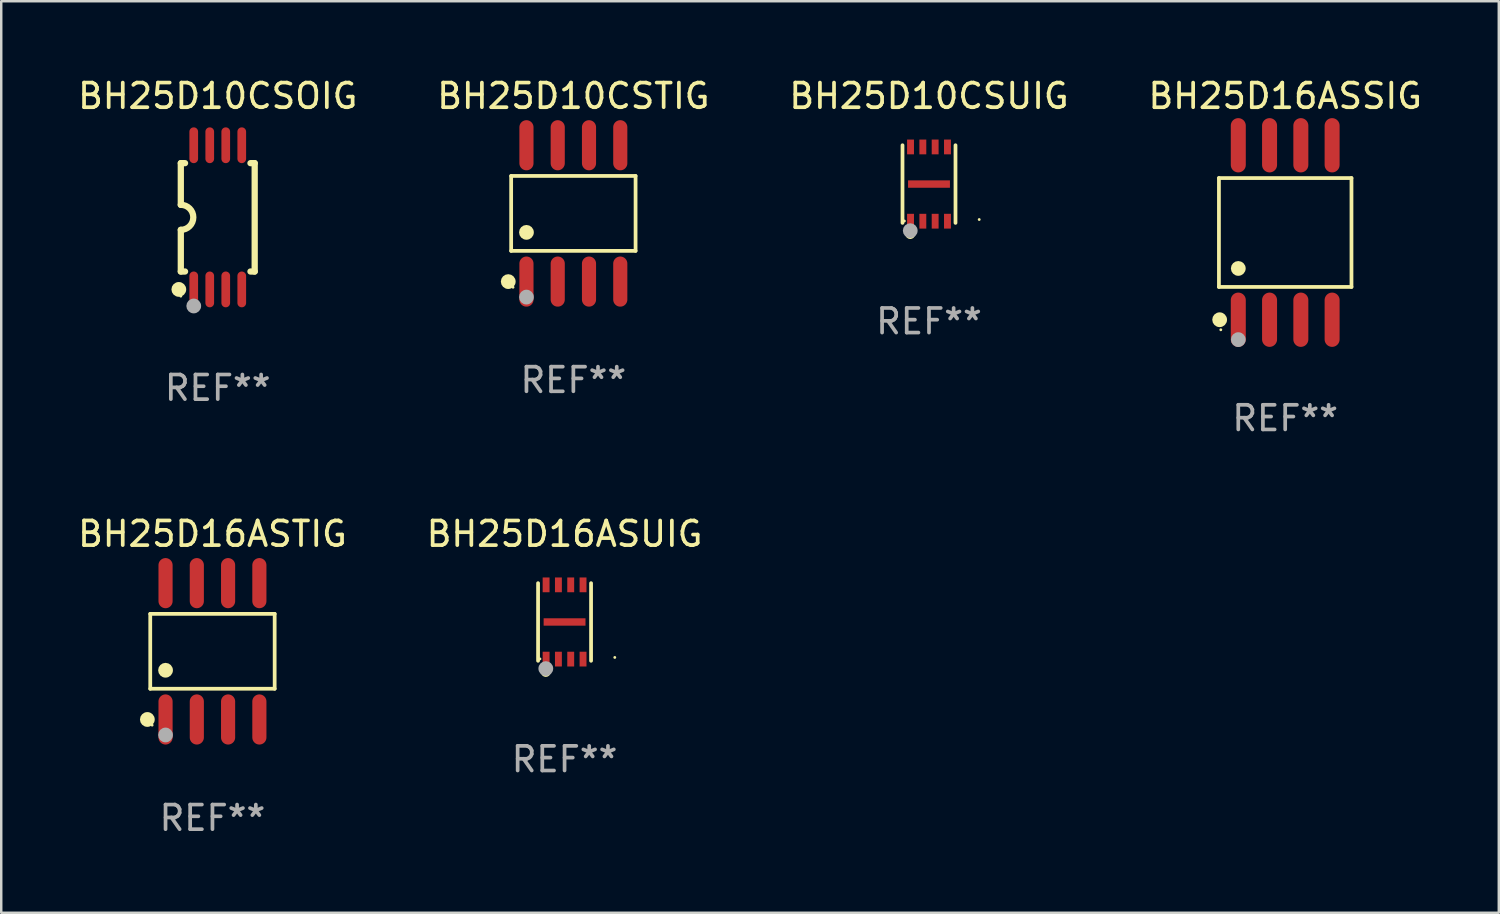
<source format=kicad_pcb>
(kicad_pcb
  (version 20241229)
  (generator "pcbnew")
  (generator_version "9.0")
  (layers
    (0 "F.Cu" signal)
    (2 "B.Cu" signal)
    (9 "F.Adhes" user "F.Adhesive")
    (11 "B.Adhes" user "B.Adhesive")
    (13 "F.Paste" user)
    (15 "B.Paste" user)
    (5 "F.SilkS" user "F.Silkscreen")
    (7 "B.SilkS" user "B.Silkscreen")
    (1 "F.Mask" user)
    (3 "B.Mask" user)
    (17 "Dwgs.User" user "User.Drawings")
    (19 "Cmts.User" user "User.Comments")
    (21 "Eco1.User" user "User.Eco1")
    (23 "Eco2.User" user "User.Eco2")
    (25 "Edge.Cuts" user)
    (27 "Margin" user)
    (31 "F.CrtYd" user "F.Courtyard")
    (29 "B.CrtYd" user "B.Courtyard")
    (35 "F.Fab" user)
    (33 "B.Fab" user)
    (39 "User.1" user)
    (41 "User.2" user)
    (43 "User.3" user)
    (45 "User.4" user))
  (footprint "BH25D10CSTIG"
    (layer "F.Cu")
    (at 20.232 5.616)
    (property "Reference" "BH25D10CSTIG" (at 0 -4.768 0) (layer "F.SilkS") (effects (font (size 1 1) (thickness 0.15))))
    (attr through_hole)
    (fp_line (start -2.526 -1.521) (end 2.526 -1.521) (stroke (width 0.152) (type solid)) (layer "F.SilkS"))
    (fp_line (start -2.526 1.521) (end -2.526 -1.521) (stroke (width 0.152) (type solid)) (layer "F.SilkS"))
    (fp_line (start 2.526 -1.521) (end 2.526 1.521) (stroke (width 0.152) (type solid)) (layer "F.SilkS"))
    (fp_line (start 2.526 1.521) (end -2.526 1.521) (stroke (width 0.152) (type solid)) (layer "F.SilkS"))
    (fp_circle (center -2.644 2.768) (end -2.494 2.768) (stroke (width 0.3) (type solid)) (fill no) (layer "F.SilkS"))
    (fp_circle (center -2.45 2.998) (end -2.42 2.998) (stroke (width 0.06) (type solid)) (fill no) (layer "F.SilkS"))
    (fp_circle (center -1.905 0.769) (end -1.755 0.769) (stroke (width 0.3) (type solid)) (fill no) (layer "F.SilkS"))
    (fp_circle (center -1.905 3.398) (end -1.755 3.398) (stroke (width 0.3) (type solid)) (fill no) (layer "F.Fab"))
    (fp_text user "REF**" (at 0 6.768 0) (layer "F.Fab") (effects (font (size 1 1) (thickness 0.15))))
    (pad "1" smd oval (at -1.905 2.768) (size 0.574 2.036) (layers "F.Cu" "F.Mask" "F.Paste"))
    (pad "2" smd oval (at -0.635 2.768) (size 0.574 2.036) (layers "F.Cu" "F.Mask" "F.Paste"))
    (pad "3" smd oval (at 0.635 2.768) (size 0.574 2.036) (layers "F.Cu" "F.Mask" "F.Paste"))
    (pad "4" smd oval (at 1.905 2.768) (size 0.574 2.036) (layers "F.Cu" "F.Mask" "F.Paste"))
    (pad "5" smd oval (at 1.905 -2.768) (size 0.574 2.036) (layers "F.Cu" "F.Mask" "F.Paste"))
    (pad "6" smd oval (at 0.635 -2.768) (size 0.574 2.036) (layers "F.Cu" "F.Mask" "F.Paste"))
    (pad "7" smd oval (at -0.635 -2.768) (size 0.574 2.036) (layers "F.Cu" "F.Mask" "F.Paste"))
    (pad "8" smd oval (at -1.905 -2.768) (size 0.574 2.036) (layers "F.Cu" "F.Mask" "F.Paste")))
  (footprint "BH25D16ASTIG"
    (layer "F.Cu")
    (at 5.577 23.397)
    (property "Reference" "BH25D16ASTIG" (at 0 -4.768 0) (layer "F.SilkS") (effects (font (size 1 1) (thickness 0.15))))
    (attr through_hole)
    (fp_line (start -2.526 -1.521) (end 2.526 -1.521) (stroke (width 0.152) (type solid)) (layer "F.SilkS"))
    (fp_line (start -2.526 1.521) (end -2.526 -1.521) (stroke (width 0.152) (type solid)) (layer "F.SilkS"))
    (fp_line (start 2.526 -1.521) (end 2.526 1.521) (stroke (width 0.152) (type solid)) (layer "F.SilkS"))
    (fp_line (start 2.526 1.521) (end -2.526 1.521) (stroke (width 0.152) (type solid)) (layer "F.SilkS"))
    (fp_circle (center -2.644 2.768) (end -2.494 2.768) (stroke (width 0.3) (type solid)) (fill no) (layer "F.SilkS"))
    (fp_circle (center -2.45 2.998) (end -2.42 2.998) (stroke (width 0.06) (type solid)) (fill no) (layer "F.SilkS"))
    (fp_circle (center -1.905 0.769) (end -1.755 0.769) (stroke (width 0.3) (type solid)) (fill no) (layer "F.SilkS"))
    (fp_circle (center -1.905 3.398) (end -1.755 3.398) (stroke (width 0.3) (type solid)) (fill no) (layer "F.Fab"))
    (fp_text user "REF**" (at 0 6.768 0) (layer "F.Fab") (effects (font (size 1 1) (thickness 0.15))))
    (pad "1" smd oval (at -1.905 2.768) (size 0.574 2.036) (layers "F.Cu" "F.Mask" "F.Paste"))
    (pad "2" smd oval (at -0.635 2.768) (size 0.574 2.036) (layers "F.Cu" "F.Mask" "F.Paste"))
    (pad "3" smd oval (at 0.635 2.768) (size 0.574 2.036) (layers "F.Cu" "F.Mask" "F.Paste"))
    (pad "4" smd oval (at 1.905 2.768) (size 0.574 2.036) (layers "F.Cu" "F.Mask" "F.Paste"))
    (pad "5" smd oval (at 1.905 -2.768) (size 0.574 2.036) (layers "F.Cu" "F.Mask" "F.Paste"))
    (pad "6" smd oval (at 0.635 -2.768) (size 0.574 2.036) (layers "F.Cu" "F.Mask" "F.Paste"))
    (pad "7" smd oval (at -0.635 -2.768) (size 0.574 2.036) (layers "F.Cu" "F.Mask" "F.Paste"))
    (pad "8" smd oval (at -1.905 -2.768) (size 0.574 2.036) (layers "F.Cu" "F.Mask" "F.Paste")))
  (footprint "BH25D10CSOIG"
    (layer "F.Cu")
    (at 5.792 5.775)
    (property "Reference" "BH25D10CSOIG" (at 0 -4.927 0) (layer "F.SilkS") (effects (font (size 1 1) (thickness 0.15))))
    (attr through_hole)
    (fp_line (start -1.5 -2.2) (end -1.5 -0.508) (stroke (width 0.254) (type solid)) (layer "F.SilkS"))
    (fp_line (start -1.5 -2.2) (end -1.328 -2.2) (stroke (width 0.254) (type solid)) (layer "F.SilkS"))
    (fp_line (start -1.5 2.2) (end -1.5 0.508) (stroke (width 0.254) (type solid)) (layer "F.SilkS"))
    (fp_line (start -1.5 2.2) (end -1.328 2.2) (stroke (width 0.254) (type solid)) (layer "F.SilkS"))
    (fp_line (start 1.328 -2.2) (end 1.5 -2.2) (stroke (width 0.254) (type solid)) (layer "F.SilkS"))
    (fp_line (start 1.328 2.2) (end 1.5 2.2) (stroke (width 0.254) (type solid)) (layer "F.SilkS"))
    (fp_line (start 1.5 -2.2) (end 1.5 2.2) (stroke (width 0.254) (type solid)) (layer "F.SilkS"))
    (fp_arc (start -1.501144 -0.508) (mid -0.993143 -0.000571) (end -1.5 0.508001) (stroke (width 0.254001) (type solid)) (layer "F.SilkS"))
    (fp_circle (center -1.581 2.927) (end -1.431 2.927) (stroke (width 0.3) (type solid)) (fill no) (layer "F.SilkS"))
    (fp_circle (center -1.5 3.2) (end -1.47 3.2) (stroke (width 0.06) (type solid)) (fill no) (layer "F.SilkS"))
    (fp_circle (center -0.975 3.6) (end -0.825 3.6) (stroke (width 0.3) (type solid)) (fill no) (layer "F.Fab"))
    (fp_text user "REF**" (at 0 6.927 0) (layer "F.Fab") (effects (font (size 1 1) (thickness 0.15))))
    (pad "1" smd oval (at -0.975 2.927) (size 0.353 1.454) (layers "F.Cu" "F.Mask" "F.Paste"))
    (pad "2" smd oval (at -0.325 2.927) (size 0.353 1.454) (layers "F.Cu" "F.Mask" "F.Paste"))
    (pad "3" smd oval (at 0.325 2.927) (size 0.353 1.454) (layers "F.Cu" "F.Mask" "F.Paste"))
    (pad "4" smd oval (at 0.975 2.927) (size 0.353 1.454) (layers "F.Cu" "F.Mask" "F.Paste"))
    (pad "5" smd oval (at 0.975 -2.927) (size 0.353 1.454) (layers "F.Cu" "F.Mask" "F.Paste"))
    (pad "6" smd oval (at 0.325 -2.927) (size 0.353 1.454) (layers "F.Cu" "F.Mask" "F.Paste"))
    (pad "7" smd oval (at -0.325 -2.927) (size 0.353 1.454) (layers "F.Cu" "F.Mask" "F.Paste"))
    (pad "8" smd oval (at -0.975 -2.927) (size 0.353 1.454) (layers "F.Cu" "F.Mask" "F.Paste")))
  (footprint "BH25D10CSUIG"
    (layer "F.Cu")
    (at 34.673 4.424)
    (property "Reference" "BH25D10CSUIG" (at 0 -3.576 0) (layer "F.SilkS") (effects (font (size 1 1) (thickness 0.15))))
    (attr through_hole)
    (fp_line (start -1.076 -1.576) (end -1.076 1.576) (stroke (width 0.152) (type solid)) (layer "F.SilkS"))
    (fp_line (start 1.076 1.576) (end 1.076 -1.576) (stroke (width 0.152) (type solid)) (layer "F.SilkS"))
    (fp_circle (center -1 1.5) (end -0.97 1.5) (stroke (width 0.06) (type solid)) (fill no) (layer "F.SilkS"))
    (fp_circle (center -0.762 2.032) (end -0.662 2.032) (stroke (width 0.2) (type solid)) (fill no) (layer "F.SilkS"))
    (fp_circle (center 2.039 1.44) (end 2.069 1.44) (stroke (width 0.06) (type solid)) (fill no) (layer "F.SilkS"))
    (fp_circle (center -0.762 1.892) (end -0.612 1.892) (stroke (width 0.3) (type solid)) (fill no) (layer "F.Fab"))
    (fp_text user "REF**" (at 0 5.576 0) (layer "F.Fab") (effects (font (size 1 1) (thickness 0.15))))
    (pad "1" smd rect (at -0.75 1.508 270) (size 0.6 0.28) (layers "F.Cu" "F.Mask" "F.Paste"))
    (pad "2" smd rect (at -0.25 1.508 270) (size 0.6 0.28) (layers "F.Cu" "F.Mask" "F.Paste"))
    (pad "3" smd rect (at 0.25 1.508 270) (size 0.6 0.28) (layers "F.Cu" "F.Mask" "F.Paste"))
    (pad "4" smd rect (at 0.75 1.508 270) (size 0.6 0.28) (layers "F.Cu" "F.Mask" "F.Paste"))
    (pad "5" smd rect (at 0.75 -1.507 270) (size 0.6 0.28) (layers "F.Cu" "F.Mask" "F.Paste"))
    (pad "6" smd rect (at 0.25 -1.507 270) (size 0.6 0.28) (layers "F.Cu" "F.Mask" "F.Paste"))
    (pad "7" smd rect (at -0.25 -1.507 270) (size 0.6 0.28) (layers "F.Cu" "F.Mask" "F.Paste"))
    (pad "8" smd rect (at -0.75 -1.507 270) (size 0.6 0.28) (layers "F.Cu" "F.Mask" "F.Paste"))
    (pad "9" smd rect (at -0.000089 0.00014 90) (size 0.3 1.7) (layers "F.Cu" "F.Mask" "F.Paste")))
  (footprint "BH25D16ASSIG"
    (layer "F.Cu")
    (at 49.137 6.391)
    (property "Reference" "BH25D16ASSIG" (at 0 -5.542 0) (layer "F.SilkS") (effects (font (size 1 1) (thickness 0.15))))
    (attr through_hole)
    (fp_line (start -2.691 -2.211) (end 2.691 -2.211) (stroke (width 0.152) (type solid)) (layer "F.SilkS"))
    (fp_line (start -2.691 2.211) (end -2.691 -2.211) (stroke (width 0.152) (type solid)) (layer "F.SilkS"))
    (fp_line (start 2.691 -2.211) (end 2.691 2.211) (stroke (width 0.152) (type solid)) (layer "F.SilkS"))
    (fp_line (start 2.691 2.211) (end -2.691 2.211) (stroke (width 0.152) (type solid)) (layer "F.SilkS"))
    (fp_circle (center -2.662 3.542) (end -2.512 3.542) (stroke (width 0.3) (type solid)) (fill no) (layer "F.SilkS"))
    (fp_circle (center -2.615 3.95) (end -2.585 3.95) (stroke (width 0.06) (type solid)) (fill no) (layer "F.SilkS"))
    (fp_circle (center -1.905 1.459) (end -1.755 1.459) (stroke (width 0.3) (type solid)) (fill no) (layer "F.SilkS"))
    (fp_circle (center -1.905 4.35) (end -1.755 4.35) (stroke (width 0.3) (type solid)) (fill no) (layer "F.Fab"))
    (fp_text user "REF**" (at 0 7.542 0) (layer "F.Fab") (effects (font (size 1 1) (thickness 0.15))))
    (pad "1" smd oval (at -1.905 3.542) (size 0.609 2.204) (layers "F.Cu" "F.Mask" "F.Paste"))
    (pad "2" smd oval (at -0.635 3.542) (size 0.609 2.204) (layers "F.Cu" "F.Mask" "F.Paste"))
    (pad "3" smd oval (at 0.635 3.542) (size 0.609 2.204) (layers "F.Cu" "F.Mask" "F.Paste"))
    (pad "4" smd oval (at 1.905 3.542) (size 0.609 2.204) (layers "F.Cu" "F.Mask" "F.Paste"))
    (pad "5" smd oval (at 1.905 -3.542) (size 0.609 2.204) (layers "F.Cu" "F.Mask" "F.Paste"))
    (pad "6" smd oval (at 0.635 -3.542) (size 0.609 2.204) (layers "F.Cu" "F.Mask" "F.Paste"))
    (pad "7" smd oval (at -0.635 -3.542) (size 0.609 2.204) (layers "F.Cu" "F.Mask" "F.Paste"))
    (pad "8" smd oval (at -1.905 -3.542) (size 0.609 2.204) (layers "F.Cu" "F.Mask" "F.Paste")))
  (footprint "BH25D16ASUIG"
    (layer "F.Cu")
    (at 19.875 22.206)
    (property "Reference" "BH25D16ASUIG" (at 0 -3.576 0) (layer "F.SilkS") (effects (font (size 1 1) (thickness 0.15))))
    (attr through_hole)
    (fp_line (start -1.076 -1.576) (end -1.076 1.576) (stroke (width 0.152) (type solid)) (layer "F.SilkS"))
    (fp_line (start 1.076 1.576) (end 1.076 -1.576) (stroke (width 0.152) (type solid)) (layer "F.SilkS"))
    (fp_circle (center -1 1.5) (end -0.97 1.5) (stroke (width 0.06) (type solid)) (fill no) (layer "F.SilkS"))
    (fp_circle (center -0.762 2.032) (end -0.662 2.032) (stroke (width 0.2) (type solid)) (fill no) (layer "F.SilkS"))
    (fp_circle (center 2.039 1.44) (end 2.069 1.44) (stroke (width 0.06) (type solid)) (fill no) (layer "F.SilkS"))
    (fp_circle (center -0.762 1.892) (end -0.612 1.892) (stroke (width 0.3) (type solid)) (fill no) (layer "F.Fab"))
    (fp_text user "REF**" (at 0 5.576 0) (layer "F.Fab") (effects (font (size 1 1) (thickness 0.15))))
    (pad "1" smd rect (at -0.75 1.508 270) (size 0.6 0.28) (layers "F.Cu" "F.Mask" "F.Paste"))
    (pad "2" smd rect (at -0.25 1.508 270) (size 0.6 0.28) (layers "F.Cu" "F.Mask" "F.Paste"))
    (pad "3" smd rect (at 0.25 1.508 270) (size 0.6 0.28) (layers "F.Cu" "F.Mask" "F.Paste"))
    (pad "4" smd rect (at 0.75 1.508 270) (size 0.6 0.28) (layers "F.Cu" "F.Mask" "F.Paste"))
    (pad "5" smd rect (at 0.75 -1.507 270) (size 0.6 0.28) (layers "F.Cu" "F.Mask" "F.Paste"))
    (pad "6" smd rect (at 0.25 -1.507 270) (size 0.6 0.28) (layers "F.Cu" "F.Mask" "F.Paste"))
    (pad "7" smd rect (at -0.25 -1.507 270) (size 0.6 0.28) (layers "F.Cu" "F.Mask" "F.Paste"))
    (pad "8" smd rect (at -0.75 -1.507 270) (size 0.6 0.28) (layers "F.Cu" "F.Mask" "F.Paste"))
    (pad "9" smd rect (at -0.000089 0.00014 90) (size 0.3 1.7) (layers "F.Cu" "F.Mask" "F.Paste")))
  (gr_rect
    (start -3 -3)
    (end 57.81 34.013)
    (stroke (width 0.1) (type default))
    (fill no)
    (layer "Edge.Cuts")))
</source>
